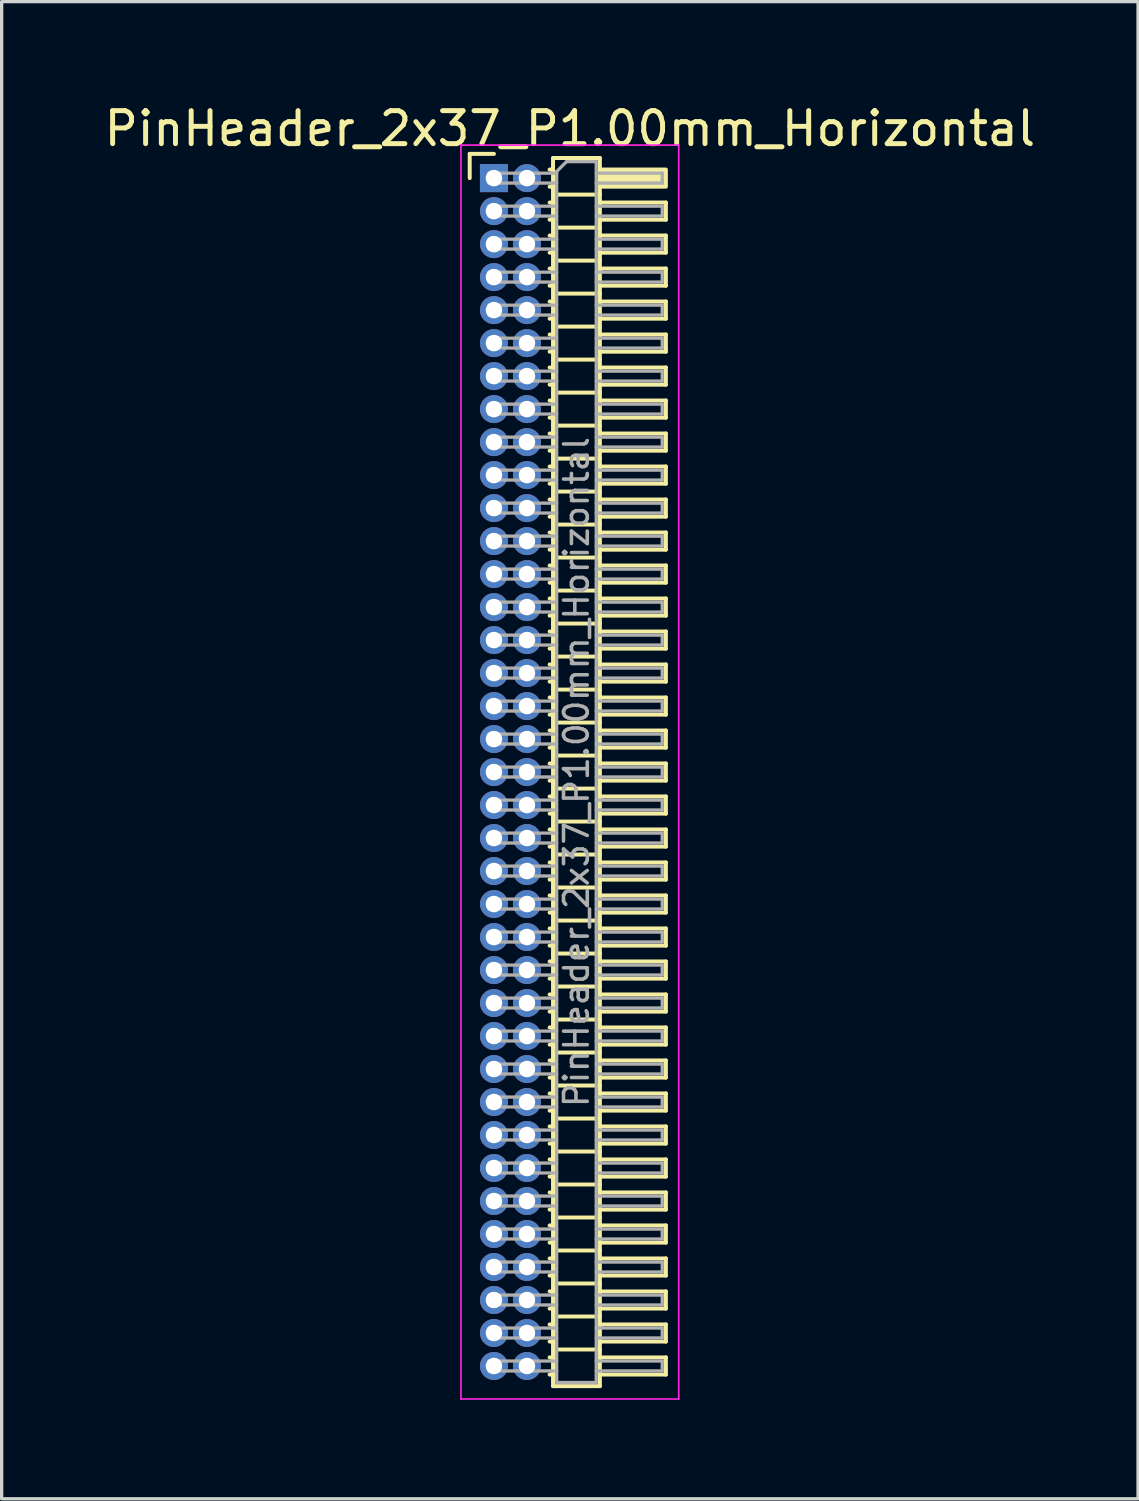
<source format=kicad_pcb>
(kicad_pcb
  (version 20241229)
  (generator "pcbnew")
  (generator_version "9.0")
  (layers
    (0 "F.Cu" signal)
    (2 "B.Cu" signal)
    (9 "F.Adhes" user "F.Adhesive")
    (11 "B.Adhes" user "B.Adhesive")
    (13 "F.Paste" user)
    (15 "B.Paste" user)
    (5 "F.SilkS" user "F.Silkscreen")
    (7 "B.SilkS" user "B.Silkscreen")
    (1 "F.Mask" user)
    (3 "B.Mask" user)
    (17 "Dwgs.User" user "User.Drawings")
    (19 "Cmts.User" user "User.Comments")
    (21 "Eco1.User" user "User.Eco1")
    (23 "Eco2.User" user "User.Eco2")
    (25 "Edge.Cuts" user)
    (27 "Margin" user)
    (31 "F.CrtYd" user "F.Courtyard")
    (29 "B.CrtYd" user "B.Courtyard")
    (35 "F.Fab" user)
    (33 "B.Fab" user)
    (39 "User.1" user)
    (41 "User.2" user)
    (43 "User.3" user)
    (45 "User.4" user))
  (footprint "PinHeader_2x37_P1.00mm_Horizontal"
    (layer "F.Cu")
    (at 11.92 2.348)
    (property "Reference" "PinHeader_2x37_P1.00mm_Horizontal" (at 2.3 -1.5 0) (layer "F.SilkS") (effects (font (size 1 1) (thickness 0.15))))
    (attr through_hole)
    (fp_line (start -0.735 -0.735) (end 0 -0.735) (stroke (width 0.12) (type solid)) (layer "F.SilkS"))
    (fp_line (start -0.735 0) (end -0.735 -0.735) (stroke (width 0.12) (type solid)) (layer "F.SilkS"))
    (fp_line (start 1.687 -0.26) (end 1.79 -0.26) (stroke (width 0.12) (type solid)) (layer "F.SilkS"))
    (fp_line (start 1.687 0.26) (end 1.79 0.26) (stroke (width 0.12) (type solid)) (layer "F.SilkS"))
    (fp_line (start 1.687 0.74) (end 1.79 0.74) (stroke (width 0.12) (type solid)) (layer "F.SilkS"))
    (fp_line (start 1.687 1.26) (end 1.79 1.26) (stroke (width 0.12) (type solid)) (layer "F.SilkS"))
    (fp_line (start 1.687 1.74) (end 1.79 1.74) (stroke (width 0.12) (type solid)) (layer "F.SilkS"))
    (fp_line (start 1.687 2.26) (end 1.79 2.26) (stroke (width 0.12) (type solid)) (layer "F.SilkS"))
    (fp_line (start 1.687 2.74) (end 1.79 2.74) (stroke (width 0.12) (type solid)) (layer "F.SilkS"))
    (fp_line (start 1.687 3.26) (end 1.79 3.26) (stroke (width 0.12) (type solid)) (layer "F.SilkS"))
    (fp_line (start 1.687 3.74) (end 1.79 3.74) (stroke (width 0.12) (type solid)) (layer "F.SilkS"))
    (fp_line (start 1.687 4.26) (end 1.79 4.26) (stroke (width 0.12) (type solid)) (layer "F.SilkS"))
    (fp_line (start 1.687 4.74) (end 1.79 4.74) (stroke (width 0.12) (type solid)) (layer "F.SilkS"))
    (fp_line (start 1.687 5.26) (end 1.79 5.26) (stroke (width 0.12) (type solid)) (layer "F.SilkS"))
    (fp_line (start 1.687 5.74) (end 1.79 5.74) (stroke (width 0.12) (type solid)) (layer "F.SilkS"))
    (fp_line (start 1.687 6.26) (end 1.79 6.26) (stroke (width 0.12) (type solid)) (layer "F.SilkS"))
    (fp_line (start 1.687 6.74) (end 1.79 6.74) (stroke (width 0.12) (type solid)) (layer "F.SilkS"))
    (fp_line (start 1.687 7.26) (end 1.79 7.26) (stroke (width 0.12) (type solid)) (layer "F.SilkS"))
    (fp_line (start 1.687 7.74) (end 1.79 7.74) (stroke (width 0.12) (type solid)) (layer "F.SilkS"))
    (fp_line (start 1.687 8.26) (end 1.79 8.26) (stroke (width 0.12) (type solid)) (layer "F.SilkS"))
    (fp_line (start 1.687 8.74) (end 1.79 8.74) (stroke (width 0.12) (type solid)) (layer "F.SilkS"))
    (fp_line (start 1.687 9.26) (end 1.79 9.26) (stroke (width 0.12) (type solid)) (layer "F.SilkS"))
    (fp_line (start 1.687 9.74) (end 1.79 9.74) (stroke (width 0.12) (type solid)) (layer "F.SilkS"))
    (fp_line (start 1.687 10.26) (end 1.79 10.26) (stroke (width 0.12) (type solid)) (layer "F.SilkS"))
    (fp_line (start 1.687 10.74) (end 1.79 10.74) (stroke (width 0.12) (type solid)) (layer "F.SilkS"))
    (fp_line (start 1.687 11.26) (end 1.79 11.26) (stroke (width 0.12) (type solid)) (layer "F.SilkS"))
    (fp_line (start 1.687 11.74) (end 1.79 11.74) (stroke (width 0.12) (type solid)) (layer "F.SilkS"))
    (fp_line (start 1.687 12.26) (end 1.79 12.26) (stroke (width 0.12) (type solid)) (layer "F.SilkS"))
    (fp_line (start 1.687 12.74) (end 1.79 12.74) (stroke (width 0.12) (type solid)) (layer "F.SilkS"))
    (fp_line (start 1.687 13.26) (end 1.79 13.26) (stroke (width 0.12) (type solid)) (layer "F.SilkS"))
    (fp_line (start 1.687 13.74) (end 1.79 13.74) (stroke (width 0.12) (type solid)) (layer "F.SilkS"))
    (fp_line (start 1.687 14.26) (end 1.79 14.26) (stroke (width 0.12) (type solid)) (layer "F.SilkS"))
    (fp_line (start 1.687 14.74) (end 1.79 14.74) (stroke (width 0.12) (type solid)) (layer "F.SilkS"))
    (fp_line (start 1.687 15.26) (end 1.79 15.26) (stroke (width 0.12) (type solid)) (layer "F.SilkS"))
    (fp_line (start 1.687 15.74) (end 1.79 15.74) (stroke (width 0.12) (type solid)) (layer "F.SilkS"))
    (fp_line (start 1.687 16.26) (end 1.79 16.26) (stroke (width 0.12) (type solid)) (layer "F.SilkS"))
    (fp_line (start 1.687 16.74) (end 1.79 16.74) (stroke (width 0.12) (type solid)) (layer "F.SilkS"))
    (fp_line (start 1.687 17.26) (end 1.79 17.26) (stroke (width 0.12) (type solid)) (layer "F.SilkS"))
    (fp_line (start 1.687 17.74) (end 1.79 17.74) (stroke (width 0.12) (type solid)) (layer "F.SilkS"))
    (fp_line (start 1.687 18.26) (end 1.79 18.26) (stroke (width 0.12) (type solid)) (layer "F.SilkS"))
    (fp_line (start 1.687 18.74) (end 1.79 18.74) (stroke (width 0.12) (type solid)) (layer "F.SilkS"))
    (fp_line (start 1.687 19.26) (end 1.79 19.26) (stroke (width 0.12) (type solid)) (layer "F.SilkS"))
    (fp_line (start 1.687 19.74) (end 1.79 19.74) (stroke (width 0.12) (type solid)) (layer "F.SilkS"))
    (fp_line (start 1.687 20.26) (end 1.79 20.26) (stroke (width 0.12) (type solid)) (layer "F.SilkS"))
    (fp_line (start 1.687 20.74) (end 1.79 20.74) (stroke (width 0.12) (type solid)) (layer "F.SilkS"))
    (fp_line (start 1.687 21.26) (end 1.79 21.26) (stroke (width 0.12) (type solid)) (layer "F.SilkS"))
    (fp_line (start 1.687 21.74) (end 1.79 21.74) (stroke (width 0.12) (type solid)) (layer "F.SilkS"))
    (fp_line (start 1.687 22.26) (end 1.79 22.26) (stroke (width 0.12) (type solid)) (layer "F.SilkS"))
    (fp_line (start 1.687 22.74) (end 1.79 22.74) (stroke (width 0.12) (type solid)) (layer "F.SilkS"))
    (fp_line (start 1.687 23.26) (end 1.79 23.26) (stroke (width 0.12) (type solid)) (layer "F.SilkS"))
    (fp_line (start 1.687 23.74) (end 1.79 23.74) (stroke (width 0.12) (type solid)) (layer "F.SilkS"))
    (fp_line (start 1.687 24.26) (end 1.79 24.26) (stroke (width 0.12) (type solid)) (layer "F.SilkS"))
    (fp_line (start 1.687 24.74) (end 1.79 24.74) (stroke (width 0.12) (type solid)) (layer "F.SilkS"))
    (fp_line (start 1.687 25.26) (end 1.79 25.26) (stroke (width 0.12) (type solid)) (layer "F.SilkS"))
    (fp_line (start 1.687 25.74) (end 1.79 25.74) (stroke (width 0.12) (type solid)) (layer "F.SilkS"))
    (fp_line (start 1.687 26.26) (end 1.79 26.26) (stroke (width 0.12) (type solid)) (layer "F.SilkS"))
    (fp_line (start 1.687 26.74) (end 1.79 26.74) (stroke (width 0.12) (type solid)) (layer "F.SilkS"))
    (fp_line (start 1.687 27.26) (end 1.79 27.26) (stroke (width 0.12) (type solid)) (layer "F.SilkS"))
    (fp_line (start 1.687 27.74) (end 1.79 27.74) (stroke (width 0.12) (type solid)) (layer "F.SilkS"))
    (fp_line (start 1.687 28.26) (end 1.79 28.26) (stroke (width 0.12) (type solid)) (layer "F.SilkS"))
    (fp_line (start 1.687 28.74) (end 1.79 28.74) (stroke (width 0.12) (type solid)) (layer "F.SilkS"))
    (fp_line (start 1.687 29.26) (end 1.79 29.26) (stroke (width 0.12) (type solid)) (layer "F.SilkS"))
    (fp_line (start 1.687 29.74) (end 1.79 29.74) (stroke (width 0.12) (type solid)) (layer "F.SilkS"))
    (fp_line (start 1.687 30.26) (end 1.79 30.26) (stroke (width 0.12) (type solid)) (layer "F.SilkS"))
    (fp_line (start 1.687 30.74) (end 1.79 30.74) (stroke (width 0.12) (type solid)) (layer "F.SilkS"))
    (fp_line (start 1.687 31.26) (end 1.79 31.26) (stroke (width 0.12) (type solid)) (layer "F.SilkS"))
    (fp_line (start 1.687 31.74) (end 1.79 31.74) (stroke (width 0.12) (type solid)) (layer "F.SilkS"))
    (fp_line (start 1.687 32.26) (end 1.79 32.26) (stroke (width 0.12) (type solid)) (layer "F.SilkS"))
    (fp_line (start 1.687 32.74) (end 1.79 32.74) (stroke (width 0.12) (type solid)) (layer "F.SilkS"))
    (fp_line (start 1.687 33.26) (end 1.79 33.26) (stroke (width 0.12) (type solid)) (layer "F.SilkS"))
    (fp_line (start 1.687 33.74) (end 1.79 33.74) (stroke (width 0.12) (type solid)) (layer "F.SilkS"))
    (fp_line (start 1.687 34.26) (end 1.79 34.26) (stroke (width 0.12) (type solid)) (layer "F.SilkS"))
    (fp_line (start 1.687 34.74) (end 1.79 34.74) (stroke (width 0.12) (type solid)) (layer "F.SilkS"))
    (fp_line (start 1.687 35.26) (end 1.79 35.26) (stroke (width 0.12) (type solid)) (layer "F.SilkS"))
    (fp_line (start 1.687 35.74) (end 1.79 35.74) (stroke (width 0.12) (type solid)) (layer "F.SilkS"))
    (fp_line (start 1.687 36.26) (end 1.79 36.26) (stroke (width 0.12) (type solid)) (layer "F.SilkS"))
    (fp_line (start 1.79 -0.61) (end 1.79 36.61) (stroke (width 0.12) (type solid)) (layer "F.SilkS"))
    (fp_line (start 1.79 0.5) (end 3.21 0.5) (stroke (width 0.12) (type solid)) (layer "F.SilkS"))
    (fp_line (start 1.79 1.5) (end 3.21 1.5) (stroke (width 0.12) (type solid)) (layer "F.SilkS"))
    (fp_line (start 1.79 2.5) (end 3.21 2.5) (stroke (width 0.12) (type solid)) (layer "F.SilkS"))
    (fp_line (start 1.79 3.5) (end 3.21 3.5) (stroke (width 0.12) (type solid)) (layer "F.SilkS"))
    (fp_line (start 1.79 4.5) (end 3.21 4.5) (stroke (width 0.12) (type solid)) (layer "F.SilkS"))
    (fp_line (start 1.79 5.5) (end 3.21 5.5) (stroke (width 0.12) (type solid)) (layer "F.SilkS"))
    (fp_line (start 1.79 6.5) (end 3.21 6.5) (stroke (width 0.12) (type solid)) (layer "F.SilkS"))
    (fp_line (start 1.79 7.5) (end 3.21 7.5) (stroke (width 0.12) (type solid)) (layer "F.SilkS"))
    (fp_line (start 1.79 8.5) (end 3.21 8.5) (stroke (width 0.12) (type solid)) (layer "F.SilkS"))
    (fp_line (start 1.79 9.5) (end 3.21 9.5) (stroke (width 0.12) (type solid)) (layer "F.SilkS"))
    (fp_line (start 1.79 10.5) (end 3.21 10.5) (stroke (width 0.12) (type solid)) (layer "F.SilkS"))
    (fp_line (start 1.79 11.5) (end 3.21 11.5) (stroke (width 0.12) (type solid)) (layer "F.SilkS"))
    (fp_line (start 1.79 12.5) (end 3.21 12.5) (stroke (width 0.12) (type solid)) (layer "F.SilkS"))
    (fp_line (start 1.79 13.5) (end 3.21 13.5) (stroke (width 0.12) (type solid)) (layer "F.SilkS"))
    (fp_line (start 1.79 14.5) (end 3.21 14.5) (stroke (width 0.12) (type solid)) (layer "F.SilkS"))
    (fp_line (start 1.79 15.5) (end 3.21 15.5) (stroke (width 0.12) (type solid)) (layer "F.SilkS"))
    (fp_line (start 1.79 16.5) (end 3.21 16.5) (stroke (width 0.12) (type solid)) (layer "F.SilkS"))
    (fp_line (start 1.79 17.5) (end 3.21 17.5) (stroke (width 0.12) (type solid)) (layer "F.SilkS"))
    (fp_line (start 1.79 18.5) (end 3.21 18.5) (stroke (width 0.12) (type solid)) (layer "F.SilkS"))
    (fp_line (start 1.79 19.5) (end 3.21 19.5) (stroke (width 0.12) (type solid)) (layer "F.SilkS"))
    (fp_line (start 1.79 20.5) (end 3.21 20.5) (stroke (width 0.12) (type solid)) (layer "F.SilkS"))
    (fp_line (start 1.79 21.5) (end 3.21 21.5) (stroke (width 0.12) (type solid)) (layer "F.SilkS"))
    (fp_line (start 1.79 22.5) (end 3.21 22.5) (stroke (width 0.12) (type solid)) (layer "F.SilkS"))
    (fp_line (start 1.79 23.5) (end 3.21 23.5) (stroke (width 0.12) (type solid)) (layer "F.SilkS"))
    (fp_line (start 1.79 24.5) (end 3.21 24.5) (stroke (width 0.12) (type solid)) (layer "F.SilkS"))
    (fp_line (start 1.79 25.5) (end 3.21 25.5) (stroke (width 0.12) (type solid)) (layer "F.SilkS"))
    (fp_line (start 1.79 26.5) (end 3.21 26.5) (stroke (width 0.12) (type solid)) (layer "F.SilkS"))
    (fp_line (start 1.79 27.5) (end 3.21 27.5) (stroke (width 0.12) (type solid)) (layer "F.SilkS"))
    (fp_line (start 1.79 28.5) (end 3.21 28.5) (stroke (width 0.12) (type solid)) (layer "F.SilkS"))
    (fp_line (start 1.79 29.5) (end 3.21 29.5) (stroke (width 0.12) (type solid)) (layer "F.SilkS"))
    (fp_line (start 1.79 30.5) (end 3.21 30.5) (stroke (width 0.12) (type solid)) (layer "F.SilkS"))
    (fp_line (start 1.79 31.5) (end 3.21 31.5) (stroke (width 0.12) (type solid)) (layer "F.SilkS"))
    (fp_line (start 1.79 32.5) (end 3.21 32.5) (stroke (width 0.12) (type solid)) (layer "F.SilkS"))
    (fp_line (start 1.79 33.5) (end 3.21 33.5) (stroke (width 0.12) (type solid)) (layer "F.SilkS"))
    (fp_line (start 1.79 34.5) (end 3.21 34.5) (stroke (width 0.12) (type solid)) (layer "F.SilkS"))
    (fp_line (start 1.79 35.5) (end 3.21 35.5) (stroke (width 0.12) (type solid)) (layer "F.SilkS"))
    (fp_line (start 1.79 36.61) (end 3.21 36.61) (stroke (width 0.12) (type solid)) (layer "F.SilkS"))
    (fp_line (start 3.21 -0.61) (end 1.79 -0.61) (stroke (width 0.12) (type solid)) (layer "F.SilkS"))
    (fp_line (start 3.21 0.74) (end 5.21 0.74) (stroke (width 0.12) (type solid)) (layer "F.SilkS"))
    (fp_line (start 3.21 1.74) (end 5.21 1.74) (stroke (width 0.12) (type solid)) (layer "F.SilkS"))
    (fp_line (start 3.21 2.74) (end 5.21 2.74) (stroke (width 0.12) (type solid)) (layer "F.SilkS"))
    (fp_line (start 3.21 3.74) (end 5.21 3.74) (stroke (width 0.12) (type solid)) (layer "F.SilkS"))
    (fp_line (start 3.21 4.74) (end 5.21 4.74) (stroke (width 0.12) (type solid)) (layer "F.SilkS"))
    (fp_line (start 3.21 5.74) (end 5.21 5.74) (stroke (width 0.12) (type solid)) (layer "F.SilkS"))
    (fp_line (start 3.21 6.74) (end 5.21 6.74) (stroke (width 0.12) (type solid)) (layer "F.SilkS"))
    (fp_line (start 3.21 7.74) (end 5.21 7.74) (stroke (width 0.12) (type solid)) (layer "F.SilkS"))
    (fp_line (start 3.21 8.74) (end 5.21 8.74) (stroke (width 0.12) (type solid)) (layer "F.SilkS"))
    (fp_line (start 3.21 9.74) (end 5.21 9.74) (stroke (width 0.12) (type solid)) (layer "F.SilkS"))
    (fp_line (start 3.21 10.74) (end 5.21 10.74) (stroke (width 0.12) (type solid)) (layer "F.SilkS"))
    (fp_line (start 3.21 11.74) (end 5.21 11.74) (stroke (width 0.12) (type solid)) (layer "F.SilkS"))
    (fp_line (start 3.21 12.74) (end 5.21 12.74) (stroke (width 0.12) (type solid)) (layer "F.SilkS"))
    (fp_line (start 3.21 13.74) (end 5.21 13.74) (stroke (width 0.12) (type solid)) (layer "F.SilkS"))
    (fp_line (start 3.21 14.74) (end 5.21 14.74) (stroke (width 0.12) (type solid)) (layer "F.SilkS"))
    (fp_line (start 3.21 15.74) (end 5.21 15.74) (stroke (width 0.12) (type solid)) (layer "F.SilkS"))
    (fp_line (start 3.21 16.74) (end 5.21 16.74) (stroke (width 0.12) (type solid)) (layer "F.SilkS"))
    (fp_line (start 3.21 17.74) (end 5.21 17.74) (stroke (width 0.12) (type solid)) (layer "F.SilkS"))
    (fp_line (start 3.21 18.74) (end 5.21 18.74) (stroke (width 0.12) (type solid)) (layer "F.SilkS"))
    (fp_line (start 3.21 19.74) (end 5.21 19.74) (stroke (width 0.12) (type solid)) (layer "F.SilkS"))
    (fp_line (start 3.21 20.74) (end 5.21 20.74) (stroke (width 0.12) (type solid)) (layer "F.SilkS"))
    (fp_line (start 3.21 21.74) (end 5.21 21.74) (stroke (width 0.12) (type solid)) (layer "F.SilkS"))
    (fp_line (start 3.21 22.74) (end 5.21 22.74) (stroke (width 0.12) (type solid)) (layer "F.SilkS"))
    (fp_line (start 3.21 23.74) (end 5.21 23.74) (stroke (width 0.12) (type solid)) (layer "F.SilkS"))
    (fp_line (start 3.21 24.74) (end 5.21 24.74) (stroke (width 0.12) (type solid)) (layer "F.SilkS"))
    (fp_line (start 3.21 25.74) (end 5.21 25.74) (stroke (width 0.12) (type solid)) (layer "F.SilkS"))
    (fp_line (start 3.21 26.74) (end 5.21 26.74) (stroke (width 0.12) (type solid)) (layer "F.SilkS"))
    (fp_line (start 3.21 27.74) (end 5.21 27.74) (stroke (width 0.12) (type solid)) (layer "F.SilkS"))
    (fp_line (start 3.21 28.74) (end 5.21 28.74) (stroke (width 0.12) (type solid)) (layer "F.SilkS"))
    (fp_line (start 3.21 29.74) (end 5.21 29.74) (stroke (width 0.12) (type solid)) (layer "F.SilkS"))
    (fp_line (start 3.21 30.74) (end 5.21 30.74) (stroke (width 0.12) (type solid)) (layer "F.SilkS"))
    (fp_line (start 3.21 31.74) (end 5.21 31.74) (stroke (width 0.12) (type solid)) (layer "F.SilkS"))
    (fp_line (start 3.21 32.74) (end 5.21 32.74) (stroke (width 0.12) (type solid)) (layer "F.SilkS"))
    (fp_line (start 3.21 33.74) (end 5.21 33.74) (stroke (width 0.12) (type solid)) (layer "F.SilkS"))
    (fp_line (start 3.21 34.74) (end 5.21 34.74) (stroke (width 0.12) (type solid)) (layer "F.SilkS"))
    (fp_line (start 3.21 35.74) (end 5.21 35.74) (stroke (width 0.12) (type solid)) (layer "F.SilkS"))
    (fp_line (start 3.21 36.61) (end 3.21 -0.61) (stroke (width 0.12) (type solid)) (layer "F.SilkS"))
    (fp_line (start 5.21 0.74) (end 5.21 1.26) (stroke (width 0.12) (type solid)) (layer "F.SilkS"))
    (fp_line (start 5.21 1.26) (end 3.21 1.26) (stroke (width 0.12) (type solid)) (layer "F.SilkS"))
    (fp_line (start 5.21 1.74) (end 5.21 2.26) (stroke (width 0.12) (type solid)) (layer "F.SilkS"))
    (fp_line (start 5.21 2.26) (end 3.21 2.26) (stroke (width 0.12) (type solid)) (layer "F.SilkS"))
    (fp_line (start 5.21 2.74) (end 5.21 3.26) (stroke (width 0.12) (type solid)) (layer "F.SilkS"))
    (fp_line (start 5.21 3.26) (end 3.21 3.26) (stroke (width 0.12) (type solid)) (layer "F.SilkS"))
    (fp_line (start 5.21 3.74) (end 5.21 4.26) (stroke (width 0.12) (type solid)) (layer "F.SilkS"))
    (fp_line (start 5.21 4.26) (end 3.21 4.26) (stroke (width 0.12) (type solid)) (layer "F.SilkS"))
    (fp_line (start 5.21 4.74) (end 5.21 5.26) (stroke (width 0.12) (type solid)) (layer "F.SilkS"))
    (fp_line (start 5.21 5.26) (end 3.21 5.26) (stroke (width 0.12) (type solid)) (layer "F.SilkS"))
    (fp_line (start 5.21 5.74) (end 5.21 6.26) (stroke (width 0.12) (type solid)) (layer "F.SilkS"))
    (fp_line (start 5.21 6.26) (end 3.21 6.26) (stroke (width 0.12) (type solid)) (layer "F.SilkS"))
    (fp_line (start 5.21 6.74) (end 5.21 7.26) (stroke (width 0.12) (type solid)) (layer "F.SilkS"))
    (fp_line (start 5.21 7.26) (end 3.21 7.26) (stroke (width 0.12) (type solid)) (layer "F.SilkS"))
    (fp_line (start 5.21 7.74) (end 5.21 8.26) (stroke (width 0.12) (type solid)) (layer "F.SilkS"))
    (fp_line (start 5.21 8.26) (end 3.21 8.26) (stroke (width 0.12) (type solid)) (layer "F.SilkS"))
    (fp_line (start 5.21 8.74) (end 5.21 9.26) (stroke (width 0.12) (type solid)) (layer "F.SilkS"))
    (fp_line (start 5.21 9.26) (end 3.21 9.26) (stroke (width 0.12) (type solid)) (layer "F.SilkS"))
    (fp_line (start 5.21 9.74) (end 5.21 10.26) (stroke (width 0.12) (type solid)) (layer "F.SilkS"))
    (fp_line (start 5.21 10.26) (end 3.21 10.26) (stroke (width 0.12) (type solid)) (layer "F.SilkS"))
    (fp_line (start 5.21 10.74) (end 5.21 11.26) (stroke (width 0.12) (type solid)) (layer "F.SilkS"))
    (fp_line (start 5.21 11.26) (end 3.21 11.26) (stroke (width 0.12) (type solid)) (layer "F.SilkS"))
    (fp_line (start 5.21 11.74) (end 5.21 12.26) (stroke (width 0.12) (type solid)) (layer "F.SilkS"))
    (fp_line (start 5.21 12.26) (end 3.21 12.26) (stroke (width 0.12) (type solid)) (layer "F.SilkS"))
    (fp_line (start 5.21 12.74) (end 5.21 13.26) (stroke (width 0.12) (type solid)) (layer "F.SilkS"))
    (fp_line (start 5.21 13.26) (end 3.21 13.26) (stroke (width 0.12) (type solid)) (layer "F.SilkS"))
    (fp_line (start 5.21 13.74) (end 5.21 14.26) (stroke (width 0.12) (type solid)) (layer "F.SilkS"))
    (fp_line (start 5.21 14.26) (end 3.21 14.26) (stroke (width 0.12) (type solid)) (layer "F.SilkS"))
    (fp_line (start 5.21 14.74) (end 5.21 15.26) (stroke (width 0.12) (type solid)) (layer "F.SilkS"))
    (fp_line (start 5.21 15.26) (end 3.21 15.26) (stroke (width 0.12) (type solid)) (layer "F.SilkS"))
    (fp_line (start 5.21 15.74) (end 5.21 16.26) (stroke (width 0.12) (type solid)) (layer "F.SilkS"))
    (fp_line (start 5.21 16.26) (end 3.21 16.26) (stroke (width 0.12) (type solid)) (layer "F.SilkS"))
    (fp_line (start 5.21 16.74) (end 5.21 17.26) (stroke (width 0.12) (type solid)) (layer "F.SilkS"))
    (fp_line (start 5.21 17.26) (end 3.21 17.26) (stroke (width 0.12) (type solid)) (layer "F.SilkS"))
    (fp_line (start 5.21 17.74) (end 5.21 18.26) (stroke (width 0.12) (type solid)) (layer "F.SilkS"))
    (fp_line (start 5.21 18.26) (end 3.21 18.26) (stroke (width 0.12) (type solid)) (layer "F.SilkS"))
    (fp_line (start 5.21 18.74) (end 5.21 19.26) (stroke (width 0.12) (type solid)) (layer "F.SilkS"))
    (fp_line (start 5.21 19.26) (end 3.21 19.26) (stroke (width 0.12) (type solid)) (layer "F.SilkS"))
    (fp_line (start 5.21 19.74) (end 5.21 20.26) (stroke (width 0.12) (type solid)) (layer "F.SilkS"))
    (fp_line (start 5.21 20.26) (end 3.21 20.26) (stroke (width 0.12) (type solid)) (layer "F.SilkS"))
    (fp_line (start 5.21 20.74) (end 5.21 21.26) (stroke (width 0.12) (type solid)) (layer "F.SilkS"))
    (fp_line (start 5.21 21.26) (end 3.21 21.26) (stroke (width 0.12) (type solid)) (layer "F.SilkS"))
    (fp_line (start 5.21 21.74) (end 5.21 22.26) (stroke (width 0.12) (type solid)) (layer "F.SilkS"))
    (fp_line (start 5.21 22.26) (end 3.21 22.26) (stroke (width 0.12) (type solid)) (layer "F.SilkS"))
    (fp_line (start 5.21 22.74) (end 5.21 23.26) (stroke (width 0.12) (type solid)) (layer "F.SilkS"))
    (fp_line (start 5.21 23.26) (end 3.21 23.26) (stroke (width 0.12) (type solid)) (layer "F.SilkS"))
    (fp_line (start 5.21 23.74) (end 5.21 24.26) (stroke (width 0.12) (type solid)) (layer "F.SilkS"))
    (fp_line (start 5.21 24.26) (end 3.21 24.26) (stroke (width 0.12) (type solid)) (layer "F.SilkS"))
    (fp_line (start 5.21 24.74) (end 5.21 25.26) (stroke (width 0.12) (type solid)) (layer "F.SilkS"))
    (fp_line (start 5.21 25.26) (end 3.21 25.26) (stroke (width 0.12) (type solid)) (layer "F.SilkS"))
    (fp_line (start 5.21 25.74) (end 5.21 26.26) (stroke (width 0.12) (type solid)) (layer "F.SilkS"))
    (fp_line (start 5.21 26.26) (end 3.21 26.26) (stroke (width 0.12) (type solid)) (layer "F.SilkS"))
    (fp_line (start 5.21 26.74) (end 5.21 27.26) (stroke (width 0.12) (type solid)) (layer "F.SilkS"))
    (fp_line (start 5.21 27.26) (end 3.21 27.26) (stroke (width 0.12) (type solid)) (layer "F.SilkS"))
    (fp_line (start 5.21 27.74) (end 5.21 28.26) (stroke (width 0.12) (type solid)) (layer "F.SilkS"))
    (fp_line (start 5.21 28.26) (end 3.21 28.26) (stroke (width 0.12) (type solid)) (layer "F.SilkS"))
    (fp_line (start 5.21 28.74) (end 5.21 29.26) (stroke (width 0.12) (type solid)) (layer "F.SilkS"))
    (fp_line (start 5.21 29.26) (end 3.21 29.26) (stroke (width 0.12) (type solid)) (layer "F.SilkS"))
    (fp_line (start 5.21 29.74) (end 5.21 30.26) (stroke (width 0.12) (type solid)) (layer "F.SilkS"))
    (fp_line (start 5.21 30.26) (end 3.21 30.26) (stroke (width 0.12) (type solid)) (layer "F.SilkS"))
    (fp_line (start 5.21 30.74) (end 5.21 31.26) (stroke (width 0.12) (type solid)) (layer "F.SilkS"))
    (fp_line (start 5.21 31.26) (end 3.21 31.26) (stroke (width 0.12) (type solid)) (layer "F.SilkS"))
    (fp_line (start 5.21 31.74) (end 5.21 32.26) (stroke (width 0.12) (type solid)) (layer "F.SilkS"))
    (fp_line (start 5.21 32.26) (end 3.21 32.26) (stroke (width 0.12) (type solid)) (layer "F.SilkS"))
    (fp_line (start 5.21 32.74) (end 5.21 33.26) (stroke (width 0.12) (type solid)) (layer "F.SilkS"))
    (fp_line (start 5.21 33.26) (end 3.21 33.26) (stroke (width 0.12) (type solid)) (layer "F.SilkS"))
    (fp_line (start 5.21 33.74) (end 5.21 34.26) (stroke (width 0.12) (type solid)) (layer "F.SilkS"))
    (fp_line (start 5.21 34.26) (end 3.21 34.26) (stroke (width 0.12) (type solid)) (layer "F.SilkS"))
    (fp_line (start 5.21 34.74) (end 5.21 35.26) (stroke (width 0.12) (type solid)) (layer "F.SilkS"))
    (fp_line (start 5.21 35.26) (end 3.21 35.26) (stroke (width 0.12) (type solid)) (layer "F.SilkS"))
    (fp_line (start 5.21 35.74) (end 5.21 36.26) (stroke (width 0.12) (type solid)) (layer "F.SilkS"))
    (fp_line (start 5.21 36.26) (end 3.21 36.26) (stroke (width 0.12) (type solid)) (layer "F.SilkS"))
    (fp_rect (start 3.21 -0.26) (end 5.21 0.26) (stroke (width 0.12) (type solid)) (fill yes) (layer "F.SilkS"))
    (fp_line (start -1 -1) (end -1 37) (stroke (width 0.05) (type solid)) (layer "F.CrtYd"))
    (fp_line (start -1 37) (end 5.6 37) (stroke (width 0.05) (type solid)) (layer "F.CrtYd"))
    (fp_line (start 5.6 -1) (end -1 -1) (stroke (width 0.05) (type solid)) (layer "F.CrtYd"))
    (fp_line (start 5.6 37) (end 5.6 -1) (stroke (width 0.05) (type solid)) (layer "F.CrtYd"))
    (fp_line (start -0.15 -0.15) (end -0.15 0.15) (stroke (width 0.1) (type solid)) (layer "F.Fab"))
    (fp_line (start -0.15 -0.15) (end 1.9 -0.15) (stroke (width 0.1) (type solid)) (layer "F.Fab"))
    (fp_line (start -0.15 0.15) (end 1.9 0.15) (stroke (width 0.1) (type solid)) (layer "F.Fab"))
    (fp_line (start -0.15 0.85) (end -0.15 1.15) (stroke (width 0.1) (type solid)) (layer "F.Fab"))
    (fp_line (start -0.15 0.85) (end 1.9 0.85) (stroke (width 0.1) (type solid)) (layer "F.Fab"))
    (fp_line (start -0.15 1.15) (end 1.9 1.15) (stroke (width 0.1) (type solid)) (layer "F.Fab"))
    (fp_line (start -0.15 1.85) (end -0.15 2.15) (stroke (width 0.1) (type solid)) (layer "F.Fab"))
    (fp_line (start -0.15 1.85) (end 1.9 1.85) (stroke (width 0.1) (type solid)) (layer "F.Fab"))
    (fp_line (start -0.15 2.15) (end 1.9 2.15) (stroke (width 0.1) (type solid)) (layer "F.Fab"))
    (fp_line (start -0.15 2.85) (end -0.15 3.15) (stroke (width 0.1) (type solid)) (layer "F.Fab"))
    (fp_line (start -0.15 2.85) (end 1.9 2.85) (stroke (width 0.1) (type solid)) (layer "F.Fab"))
    (fp_line (start -0.15 3.15) (end 1.9 3.15) (stroke (width 0.1) (type solid)) (layer "F.Fab"))
    (fp_line (start -0.15 3.85) (end -0.15 4.15) (stroke (width 0.1) (type solid)) (layer "F.Fab"))
    (fp_line (start -0.15 3.85) (end 1.9 3.85) (stroke (width 0.1) (type solid)) (layer "F.Fab"))
    (fp_line (start -0.15 4.15) (end 1.9 4.15) (stroke (width 0.1) (type solid)) (layer "F.Fab"))
    (fp_line (start -0.15 4.85) (end -0.15 5.15) (stroke (width 0.1) (type solid)) (layer "F.Fab"))
    (fp_line (start -0.15 4.85) (end 1.9 4.85) (stroke (width 0.1) (type solid)) (layer "F.Fab"))
    (fp_line (start -0.15 5.15) (end 1.9 5.15) (stroke (width 0.1) (type solid)) (layer "F.Fab"))
    (fp_line (start -0.15 5.85) (end -0.15 6.15) (stroke (width 0.1) (type solid)) (layer "F.Fab"))
    (fp_line (start -0.15 5.85) (end 1.9 5.85) (stroke (width 0.1) (type solid)) (layer "F.Fab"))
    (fp_line (start -0.15 6.15) (end 1.9 6.15) (stroke (width 0.1) (type solid)) (layer "F.Fab"))
    (fp_line (start -0.15 6.85) (end -0.15 7.15) (stroke (width 0.1) (type solid)) (layer "F.Fab"))
    (fp_line (start -0.15 6.85) (end 1.9 6.85) (stroke (width 0.1) (type solid)) (layer "F.Fab"))
    (fp_line (start -0.15 7.15) (end 1.9 7.15) (stroke (width 0.1) (type solid)) (layer "F.Fab"))
    (fp_line (start -0.15 7.85) (end -0.15 8.15) (stroke (width 0.1) (type solid)) (layer "F.Fab"))
    (fp_line (start -0.15 7.85) (end 1.9 7.85) (stroke (width 0.1) (type solid)) (layer "F.Fab"))
    (fp_line (start -0.15 8.15) (end 1.9 8.15) (stroke (width 0.1) (type solid)) (layer "F.Fab"))
    (fp_line (start -0.15 8.85) (end -0.15 9.15) (stroke (width 0.1) (type solid)) (layer "F.Fab"))
    (fp_line (start -0.15 8.85) (end 1.9 8.85) (stroke (width 0.1) (type solid)) (layer "F.Fab"))
    (fp_line (start -0.15 9.15) (end 1.9 9.15) (stroke (width 0.1) (type solid)) (layer "F.Fab"))
    (fp_line (start -0.15 9.85) (end -0.15 10.15) (stroke (width 0.1) (type solid)) (layer "F.Fab"))
    (fp_line (start -0.15 9.85) (end 1.9 9.85) (stroke (width 0.1) (type solid)) (layer "F.Fab"))
    (fp_line (start -0.15 10.15) (end 1.9 10.15) (stroke (width 0.1) (type solid)) (layer "F.Fab"))
    (fp_line (start -0.15 10.85) (end -0.15 11.15) (stroke (width 0.1) (type solid)) (layer "F.Fab"))
    (fp_line (start -0.15 10.85) (end 1.9 10.85) (stroke (width 0.1) (type solid)) (layer "F.Fab"))
    (fp_line (start -0.15 11.15) (end 1.9 11.15) (stroke (width 0.1) (type solid)) (layer "F.Fab"))
    (fp_line (start -0.15 11.85) (end -0.15 12.15) (stroke (width 0.1) (type solid)) (layer "F.Fab"))
    (fp_line (start -0.15 11.85) (end 1.9 11.85) (stroke (width 0.1) (type solid)) (layer "F.Fab"))
    (fp_line (start -0.15 12.15) (end 1.9 12.15) (stroke (width 0.1) (type solid)) (layer "F.Fab"))
    (fp_line (start -0.15 12.85) (end -0.15 13.15) (stroke (width 0.1) (type solid)) (layer "F.Fab"))
    (fp_line (start -0.15 12.85) (end 1.9 12.85) (stroke (width 0.1) (type solid)) (layer "F.Fab"))
    (fp_line (start -0.15 13.15) (end 1.9 13.15) (stroke (width 0.1) (type solid)) (layer "F.Fab"))
    (fp_line (start -0.15 13.85) (end -0.15 14.15) (stroke (width 0.1) (type solid)) (layer "F.Fab"))
    (fp_line (start -0.15 13.85) (end 1.9 13.85) (stroke (width 0.1) (type solid)) (layer "F.Fab"))
    (fp_line (start -0.15 14.15) (end 1.9 14.15) (stroke (width 0.1) (type solid)) (layer "F.Fab"))
    (fp_line (start -0.15 14.85) (end -0.15 15.15) (stroke (width 0.1) (type solid)) (layer "F.Fab"))
    (fp_line (start -0.15 14.85) (end 1.9 14.85) (stroke (width 0.1) (type solid)) (layer "F.Fab"))
    (fp_line (start -0.15 15.15) (end 1.9 15.15) (stroke (width 0.1) (type solid)) (layer "F.Fab"))
    (fp_line (start -0.15 15.85) (end -0.15 16.15) (stroke (width 0.1) (type solid)) (layer "F.Fab"))
    (fp_line (start -0.15 15.85) (end 1.9 15.85) (stroke (width 0.1) (type solid)) (layer "F.Fab"))
    (fp_line (start -0.15 16.15) (end 1.9 16.15) (stroke (width 0.1) (type solid)) (layer "F.Fab"))
    (fp_line (start -0.15 16.85) (end -0.15 17.15) (stroke (width 0.1) (type solid)) (layer "F.Fab"))
    (fp_line (start -0.15 16.85) (end 1.9 16.85) (stroke (width 0.1) (type solid)) (layer "F.Fab"))
    (fp_line (start -0.15 17.15) (end 1.9 17.15) (stroke (width 0.1) (type solid)) (layer "F.Fab"))
    (fp_line (start -0.15 17.85) (end -0.15 18.15) (stroke (width 0.1) (type solid)) (layer "F.Fab"))
    (fp_line (start -0.15 17.85) (end 1.9 17.85) (stroke (width 0.1) (type solid)) (layer "F.Fab"))
    (fp_line (start -0.15 18.15) (end 1.9 18.15) (stroke (width 0.1) (type solid)) (layer "F.Fab"))
    (fp_line (start -0.15 18.85) (end -0.15 19.15) (stroke (width 0.1) (type solid)) (layer "F.Fab"))
    (fp_line (start -0.15 18.85) (end 1.9 18.85) (stroke (width 0.1) (type solid)) (layer "F.Fab"))
    (fp_line (start -0.15 19.15) (end 1.9 19.15) (stroke (width 0.1) (type solid)) (layer "F.Fab"))
    (fp_line (start -0.15 19.85) (end -0.15 20.15) (stroke (width 0.1) (type solid)) (layer "F.Fab"))
    (fp_line (start -0.15 19.85) (end 1.9 19.85) (stroke (width 0.1) (type solid)) (layer "F.Fab"))
    (fp_line (start -0.15 20.15) (end 1.9 20.15) (stroke (width 0.1) (type solid)) (layer "F.Fab"))
    (fp_line (start -0.15 20.85) (end -0.15 21.15) (stroke (width 0.1) (type solid)) (layer "F.Fab"))
    (fp_line (start -0.15 20.85) (end 1.9 20.85) (stroke (width 0.1) (type solid)) (layer "F.Fab"))
    (fp_line (start -0.15 21.15) (end 1.9 21.15) (stroke (width 0.1) (type solid)) (layer "F.Fab"))
    (fp_line (start -0.15 21.85) (end -0.15 22.15) (stroke (width 0.1) (type solid)) (layer "F.Fab"))
    (fp_line (start -0.15 21.85) (end 1.9 21.85) (stroke (width 0.1) (type solid)) (layer "F.Fab"))
    (fp_line (start -0.15 22.15) (end 1.9 22.15) (stroke (width 0.1) (type solid)) (layer "F.Fab"))
    (fp_line (start -0.15 22.85) (end -0.15 23.15) (stroke (width 0.1) (type solid)) (layer "F.Fab"))
    (fp_line (start -0.15 22.85) (end 1.9 22.85) (stroke (width 0.1) (type solid)) (layer "F.Fab"))
    (fp_line (start -0.15 23.15) (end 1.9 23.15) (stroke (width 0.1) (type solid)) (layer "F.Fab"))
    (fp_line (start -0.15 23.85) (end -0.15 24.15) (stroke (width 0.1) (type solid)) (layer "F.Fab"))
    (fp_line (start -0.15 23.85) (end 1.9 23.85) (stroke (width 0.1) (type solid)) (layer "F.Fab"))
    (fp_line (start -0.15 24.15) (end 1.9 24.15) (stroke (width 0.1) (type solid)) (layer "F.Fab"))
    (fp_line (start -0.15 24.85) (end -0.15 25.15) (stroke (width 0.1) (type solid)) (layer "F.Fab"))
    (fp_line (start -0.15 24.85) (end 1.9 24.85) (stroke (width 0.1) (type solid)) (layer "F.Fab"))
    (fp_line (start -0.15 25.15) (end 1.9 25.15) (stroke (width 0.1) (type solid)) (layer "F.Fab"))
    (fp_line (start -0.15 25.85) (end -0.15 26.15) (stroke (width 0.1) (type solid)) (layer "F.Fab"))
    (fp_line (start -0.15 25.85) (end 1.9 25.85) (stroke (width 0.1) (type solid)) (layer "F.Fab"))
    (fp_line (start -0.15 26.15) (end 1.9 26.15) (stroke (width 0.1) (type solid)) (layer "F.Fab"))
    (fp_line (start -0.15 26.85) (end -0.15 27.15) (stroke (width 0.1) (type solid)) (layer "F.Fab"))
    (fp_line (start -0.15 26.85) (end 1.9 26.85) (stroke (width 0.1) (type solid)) (layer "F.Fab"))
    (fp_line (start -0.15 27.15) (end 1.9 27.15) (stroke (width 0.1) (type solid)) (layer "F.Fab"))
    (fp_line (start -0.15 27.85) (end -0.15 28.15) (stroke (width 0.1) (type solid)) (layer "F.Fab"))
    (fp_line (start -0.15 27.85) (end 1.9 27.85) (stroke (width 0.1) (type solid)) (layer "F.Fab"))
    (fp_line (start -0.15 28.15) (end 1.9 28.15) (stroke (width 0.1) (type solid)) (layer "F.Fab"))
    (fp_line (start -0.15 28.85) (end -0.15 29.15) (stroke (width 0.1) (type solid)) (layer "F.Fab"))
    (fp_line (start -0.15 28.85) (end 1.9 28.85) (stroke (width 0.1) (type solid)) (layer "F.Fab"))
    (fp_line (start -0.15 29.15) (end 1.9 29.15) (stroke (width 0.1) (type solid)) (layer "F.Fab"))
    (fp_line (start -0.15 29.85) (end -0.15 30.15) (stroke (width 0.1) (type solid)) (layer "F.Fab"))
    (fp_line (start -0.15 29.85) (end 1.9 29.85) (stroke (width 0.1) (type solid)) (layer "F.Fab"))
    (fp_line (start -0.15 30.15) (end 1.9 30.15) (stroke (width 0.1) (type solid)) (layer "F.Fab"))
    (fp_line (start -0.15 30.85) (end -0.15 31.15) (stroke (width 0.1) (type solid)) (layer "F.Fab"))
    (fp_line (start -0.15 30.85) (end 1.9 30.85) (stroke (width 0.1) (type solid)) (layer "F.Fab"))
    (fp_line (start -0.15 31.15) (end 1.9 31.15) (stroke (width 0.1) (type solid)) (layer "F.Fab"))
    (fp_line (start -0.15 31.85) (end -0.15 32.15) (stroke (width 0.1) (type solid)) (layer "F.Fab"))
    (fp_line (start -0.15 31.85) (end 1.9 31.85) (stroke (width 0.1) (type solid)) (layer "F.Fab"))
    (fp_line (start -0.15 32.15) (end 1.9 32.15) (stroke (width 0.1) (type solid)) (layer "F.Fab"))
    (fp_line (start -0.15 32.85) (end -0.15 33.15) (stroke (width 0.1) (type solid)) (layer "F.Fab"))
    (fp_line (start -0.15 32.85) (end 1.9 32.85) (stroke (width 0.1) (type solid)) (layer "F.Fab"))
    (fp_line (start -0.15 33.15) (end 1.9 33.15) (stroke (width 0.1) (type solid)) (layer "F.Fab"))
    (fp_line (start -0.15 33.85) (end -0.15 34.15) (stroke (width 0.1) (type solid)) (layer "F.Fab"))
    (fp_line (start -0.15 33.85) (end 1.9 33.85) (stroke (width 0.1) (type solid)) (layer "F.Fab"))
    (fp_line (start -0.15 34.15) (end 1.9 34.15) (stroke (width 0.1) (type solid)) (layer "F.Fab"))
    (fp_line (start -0.15 34.85) (end -0.15 35.15) (stroke (width 0.1) (type solid)) (layer "F.Fab"))
    (fp_line (start -0.15 34.85) (end 1.9 34.85) (stroke (width 0.1) (type solid)) (layer "F.Fab"))
    (fp_line (start -0.15 35.15) (end 1.9 35.15) (stroke (width 0.1) (type solid)) (layer "F.Fab"))
    (fp_line (start -0.15 35.85) (end -0.15 36.15) (stroke (width 0.1) (type solid)) (layer "F.Fab"))
    (fp_line (start -0.15 35.85) (end 1.9 35.85) (stroke (width 0.1) (type solid)) (layer "F.Fab"))
    (fp_line (start -0.15 36.15) (end 1.9 36.15) (stroke (width 0.1) (type solid)) (layer "F.Fab"))
    (fp_line (start 1.9 -0.2) (end 2.2 -0.5) (stroke (width 0.1) (type solid)) (layer "F.Fab"))
    (fp_line (start 1.9 36.5) (end 1.9 -0.2) (stroke (width 0.1) (type solid)) (layer "F.Fab"))
    (fp_line (start 2.2 -0.5) (end 3.1 -0.5) (stroke (width 0.1) (type solid)) (layer "F.Fab"))
    (fp_line (start 3.1 -0.5) (end 3.1 36.5) (stroke (width 0.1) (type solid)) (layer "F.Fab"))
    (fp_line (start 3.1 -0.15) (end 5.1 -0.15) (stroke (width 0.1) (type solid)) (layer "F.Fab"))
    (fp_line (start 3.1 0.15) (end 5.1 0.15) (stroke (width 0.1) (type solid)) (layer "F.Fab"))
    (fp_line (start 3.1 0.85) (end 5.1 0.85) (stroke (width 0.1) (type solid)) (layer "F.Fab"))
    (fp_line (start 3.1 1.15) (end 5.1 1.15) (stroke (width 0.1) (type solid)) (layer "F.Fab"))
    (fp_line (start 3.1 1.85) (end 5.1 1.85) (stroke (width 0.1) (type solid)) (layer "F.Fab"))
    (fp_line (start 3.1 2.15) (end 5.1 2.15) (stroke (width 0.1) (type solid)) (layer "F.Fab"))
    (fp_line (start 3.1 2.85) (end 5.1 2.85) (stroke (width 0.1) (type solid)) (layer "F.Fab"))
    (fp_line (start 3.1 3.15) (end 5.1 3.15) (stroke (width 0.1) (type solid)) (layer "F.Fab"))
    (fp_line (start 3.1 3.85) (end 5.1 3.85) (stroke (width 0.1) (type solid)) (layer "F.Fab"))
    (fp_line (start 3.1 4.15) (end 5.1 4.15) (stroke (width 0.1) (type solid)) (layer "F.Fab"))
    (fp_line (start 3.1 4.85) (end 5.1 4.85) (stroke (width 0.1) (type solid)) (layer "F.Fab"))
    (fp_line (start 3.1 5.15) (end 5.1 5.15) (stroke (width 0.1) (type solid)) (layer "F.Fab"))
    (fp_line (start 3.1 5.85) (end 5.1 5.85) (stroke (width 0.1) (type solid)) (layer "F.Fab"))
    (fp_line (start 3.1 6.15) (end 5.1 6.15) (stroke (width 0.1) (type solid)) (layer "F.Fab"))
    (fp_line (start 3.1 6.85) (end 5.1 6.85) (stroke (width 0.1) (type solid)) (layer "F.Fab"))
    (fp_line (start 3.1 7.15) (end 5.1 7.15) (stroke (width 0.1) (type solid)) (layer "F.Fab"))
    (fp_line (start 3.1 7.85) (end 5.1 7.85) (stroke (width 0.1) (type solid)) (layer "F.Fab"))
    (fp_line (start 3.1 8.15) (end 5.1 8.15) (stroke (width 0.1) (type solid)) (layer "F.Fab"))
    (fp_line (start 3.1 8.85) (end 5.1 8.85) (stroke (width 0.1) (type solid)) (layer "F.Fab"))
    (fp_line (start 3.1 9.15) (end 5.1 9.15) (stroke (width 0.1) (type solid)) (layer "F.Fab"))
    (fp_line (start 3.1 9.85) (end 5.1 9.85) (stroke (width 0.1) (type solid)) (layer "F.Fab"))
    (fp_line (start 3.1 10.15) (end 5.1 10.15) (stroke (width 0.1) (type solid)) (layer "F.Fab"))
    (fp_line (start 3.1 10.85) (end 5.1 10.85) (stroke (width 0.1) (type solid)) (layer "F.Fab"))
    (fp_line (start 3.1 11.15) (end 5.1 11.15) (stroke (width 0.1) (type solid)) (layer "F.Fab"))
    (fp_line (start 3.1 11.85) (end 5.1 11.85) (stroke (width 0.1) (type solid)) (layer "F.Fab"))
    (fp_line (start 3.1 12.15) (end 5.1 12.15) (stroke (width 0.1) (type solid)) (layer "F.Fab"))
    (fp_line (start 3.1 12.85) (end 5.1 12.85) (stroke (width 0.1) (type solid)) (layer "F.Fab"))
    (fp_line (start 3.1 13.15) (end 5.1 13.15) (stroke (width 0.1) (type solid)) (layer "F.Fab"))
    (fp_line (start 3.1 13.85) (end 5.1 13.85) (stroke (width 0.1) (type solid)) (layer "F.Fab"))
    (fp_line (start 3.1 14.15) (end 5.1 14.15) (stroke (width 0.1) (type solid)) (layer "F.Fab"))
    (fp_line (start 3.1 14.85) (end 5.1 14.85) (stroke (width 0.1) (type solid)) (layer "F.Fab"))
    (fp_line (start 3.1 15.15) (end 5.1 15.15) (stroke (width 0.1) (type solid)) (layer "F.Fab"))
    (fp_line (start 3.1 15.85) (end 5.1 15.85) (stroke (width 0.1) (type solid)) (layer "F.Fab"))
    (fp_line (start 3.1 16.15) (end 5.1 16.15) (stroke (width 0.1) (type solid)) (layer "F.Fab"))
    (fp_line (start 3.1 16.85) (end 5.1 16.85) (stroke (width 0.1) (type solid)) (layer "F.Fab"))
    (fp_line (start 3.1 17.15) (end 5.1 17.15) (stroke (width 0.1) (type solid)) (layer "F.Fab"))
    (fp_line (start 3.1 17.85) (end 5.1 17.85) (stroke (width 0.1) (type solid)) (layer "F.Fab"))
    (fp_line (start 3.1 18.15) (end 5.1 18.15) (stroke (width 0.1) (type solid)) (layer "F.Fab"))
    (fp_line (start 3.1 18.85) (end 5.1 18.85) (stroke (width 0.1) (type solid)) (layer "F.Fab"))
    (fp_line (start 3.1 19.15) (end 5.1 19.15) (stroke (width 0.1) (type solid)) (layer "F.Fab"))
    (fp_line (start 3.1 19.85) (end 5.1 19.85) (stroke (width 0.1) (type solid)) (layer "F.Fab"))
    (fp_line (start 3.1 20.15) (end 5.1 20.15) (stroke (width 0.1) (type solid)) (layer "F.Fab"))
    (fp_line (start 3.1 20.85) (end 5.1 20.85) (stroke (width 0.1) (type solid)) (layer "F.Fab"))
    (fp_line (start 3.1 21.15) (end 5.1 21.15) (stroke (width 0.1) (type solid)) (layer "F.Fab"))
    (fp_line (start 3.1 21.85) (end 5.1 21.85) (stroke (width 0.1) (type solid)) (layer "F.Fab"))
    (fp_line (start 3.1 22.15) (end 5.1 22.15) (stroke (width 0.1) (type solid)) (layer "F.Fab"))
    (fp_line (start 3.1 22.85) (end 5.1 22.85) (stroke (width 0.1) (type solid)) (layer "F.Fab"))
    (fp_line (start 3.1 23.15) (end 5.1 23.15) (stroke (width 0.1) (type solid)) (layer "F.Fab"))
    (fp_line (start 3.1 23.85) (end 5.1 23.85) (stroke (width 0.1) (type solid)) (layer "F.Fab"))
    (fp_line (start 3.1 24.15) (end 5.1 24.15) (stroke (width 0.1) (type solid)) (layer "F.Fab"))
    (fp_line (start 3.1 24.85) (end 5.1 24.85) (stroke (width 0.1) (type solid)) (layer "F.Fab"))
    (fp_line (start 3.1 25.15) (end 5.1 25.15) (stroke (width 0.1) (type solid)) (layer "F.Fab"))
    (fp_line (start 3.1 25.85) (end 5.1 25.85) (stroke (width 0.1) (type solid)) (layer "F.Fab"))
    (fp_line (start 3.1 26.15) (end 5.1 26.15) (stroke (width 0.1) (type solid)) (layer "F.Fab"))
    (fp_line (start 3.1 26.85) (end 5.1 26.85) (stroke (width 0.1) (type solid)) (layer "F.Fab"))
    (fp_line (start 3.1 27.15) (end 5.1 27.15) (stroke (width 0.1) (type solid)) (layer "F.Fab"))
    (fp_line (start 3.1 27.85) (end 5.1 27.85) (stroke (width 0.1) (type solid)) (layer "F.Fab"))
    (fp_line (start 3.1 28.15) (end 5.1 28.15) (stroke (width 0.1) (type solid)) (layer "F.Fab"))
    (fp_line (start 3.1 28.85) (end 5.1 28.85) (stroke (width 0.1) (type solid)) (layer "F.Fab"))
    (fp_line (start 3.1 29.15) (end 5.1 29.15) (stroke (width 0.1) (type solid)) (layer "F.Fab"))
    (fp_line (start 3.1 29.85) (end 5.1 29.85) (stroke (width 0.1) (type solid)) (layer "F.Fab"))
    (fp_line (start 3.1 30.15) (end 5.1 30.15) (stroke (width 0.1) (type solid)) (layer "F.Fab"))
    (fp_line (start 3.1 30.85) (end 5.1 30.85) (stroke (width 0.1) (type solid)) (layer "F.Fab"))
    (fp_line (start 3.1 31.15) (end 5.1 31.15) (stroke (width 0.1) (type solid)) (layer "F.Fab"))
    (fp_line (start 3.1 31.85) (end 5.1 31.85) (stroke (width 0.1) (type solid)) (layer "F.Fab"))
    (fp_line (start 3.1 32.15) (end 5.1 32.15) (stroke (width 0.1) (type solid)) (layer "F.Fab"))
    (fp_line (start 3.1 32.85) (end 5.1 32.85) (stroke (width 0.1) (type solid)) (layer "F.Fab"))
    (fp_line (start 3.1 33.15) (end 5.1 33.15) (stroke (width 0.1) (type solid)) (layer "F.Fab"))
    (fp_line (start 3.1 33.85) (end 5.1 33.85) (stroke (width 0.1) (type solid)) (layer "F.Fab"))
    (fp_line (start 3.1 34.15) (end 5.1 34.15) (stroke (width 0.1) (type solid)) (layer "F.Fab"))
    (fp_line (start 3.1 34.85) (end 5.1 34.85) (stroke (width 0.1) (type solid)) (layer "F.Fab"))
    (fp_line (start 3.1 35.15) (end 5.1 35.15) (stroke (width 0.1) (type solid)) (layer "F.Fab"))
    (fp_line (start 3.1 35.85) (end 5.1 35.85) (stroke (width 0.1) (type solid)) (layer "F.Fab"))
    (fp_line (start 3.1 36.15) (end 5.1 36.15) (stroke (width 0.1) (type solid)) (layer "F.Fab"))
    (fp_line (start 3.1 36.5) (end 1.9 36.5) (stroke (width 0.1) (type solid)) (layer "F.Fab"))
    (fp_line (start 5.1 -0.15) (end 5.1 0.15) (stroke (width 0.1) (type solid)) (layer "F.Fab"))
    (fp_line (start 5.1 0.85) (end 5.1 1.15) (stroke (width 0.1) (type solid)) (layer "F.Fab"))
    (fp_line (start 5.1 1.85) (end 5.1 2.15) (stroke (width 0.1) (type solid)) (layer "F.Fab"))
    (fp_line (start 5.1 2.85) (end 5.1 3.15) (stroke (width 0.1) (type solid)) (layer "F.Fab"))
    (fp_line (start 5.1 3.85) (end 5.1 4.15) (stroke (width 0.1) (type solid)) (layer "F.Fab"))
    (fp_line (start 5.1 4.85) (end 5.1 5.15) (stroke (width 0.1) (type solid)) (layer "F.Fab"))
    (fp_line (start 5.1 5.85) (end 5.1 6.15) (stroke (width 0.1) (type solid)) (layer "F.Fab"))
    (fp_line (start 5.1 6.85) (end 5.1 7.15) (stroke (width 0.1) (type solid)) (layer "F.Fab"))
    (fp_line (start 5.1 7.85) (end 5.1 8.15) (stroke (width 0.1) (type solid)) (layer "F.Fab"))
    (fp_line (start 5.1 8.85) (end 5.1 9.15) (stroke (width 0.1) (type solid)) (layer "F.Fab"))
    (fp_line (start 5.1 9.85) (end 5.1 10.15) (stroke (width 0.1) (type solid)) (layer "F.Fab"))
    (fp_line (start 5.1 10.85) (end 5.1 11.15) (stroke (width 0.1) (type solid)) (layer "F.Fab"))
    (fp_line (start 5.1 11.85) (end 5.1 12.15) (stroke (width 0.1) (type solid)) (layer "F.Fab"))
    (fp_line (start 5.1 12.85) (end 5.1 13.15) (stroke (width 0.1) (type solid)) (layer "F.Fab"))
    (fp_line (start 5.1 13.85) (end 5.1 14.15) (stroke (width 0.1) (type solid)) (layer "F.Fab"))
    (fp_line (start 5.1 14.85) (end 5.1 15.15) (stroke (width 0.1) (type solid)) (layer "F.Fab"))
    (fp_line (start 5.1 15.85) (end 5.1 16.15) (stroke (width 0.1) (type solid)) (layer "F.Fab"))
    (fp_line (start 5.1 16.85) (end 5.1 17.15) (stroke (width 0.1) (type solid)) (layer "F.Fab"))
    (fp_line (start 5.1 17.85) (end 5.1 18.15) (stroke (width 0.1) (type solid)) (layer "F.Fab"))
    (fp_line (start 5.1 18.85) (end 5.1 19.15) (stroke (width 0.1) (type solid)) (layer "F.Fab"))
    (fp_line (start 5.1 19.85) (end 5.1 20.15) (stroke (width 0.1) (type solid)) (layer "F.Fab"))
    (fp_line (start 5.1 20.85) (end 5.1 21.15) (stroke (width 0.1) (type solid)) (layer "F.Fab"))
    (fp_line (start 5.1 21.85) (end 5.1 22.15) (stroke (width 0.1) (type solid)) (layer "F.Fab"))
    (fp_line (start 5.1 22.85) (end 5.1 23.15) (stroke (width 0.1) (type solid)) (layer "F.Fab"))
    (fp_line (start 5.1 23.85) (end 5.1 24.15) (stroke (width 0.1) (type solid)) (layer "F.Fab"))
    (fp_line (start 5.1 24.85) (end 5.1 25.15) (stroke (width 0.1) (type solid)) (layer "F.Fab"))
    (fp_line (start 5.1 25.85) (end 5.1 26.15) (stroke (width 0.1) (type solid)) (layer "F.Fab"))
    (fp_line (start 5.1 26.85) (end 5.1 27.15) (stroke (width 0.1) (type solid)) (layer "F.Fab"))
    (fp_line (start 5.1 27.85) (end 5.1 28.15) (stroke (width 0.1) (type solid)) (layer "F.Fab"))
    (fp_line (start 5.1 28.85) (end 5.1 29.15) (stroke (width 0.1) (type solid)) (layer "F.Fab"))
    (fp_line (start 5.1 29.85) (end 5.1 30.15) (stroke (width 0.1) (type solid)) (layer "F.Fab"))
    (fp_line (start 5.1 30.85) (end 5.1 31.15) (stroke (width 0.1) (type solid)) (layer "F.Fab"))
    (fp_line (start 5.1 31.85) (end 5.1 32.15) (stroke (width 0.1) (type solid)) (layer "F.Fab"))
    (fp_line (start 5.1 32.85) (end 5.1 33.15) (stroke (width 0.1) (type solid)) (layer "F.Fab"))
    (fp_line (start 5.1 33.85) (end 5.1 34.15) (stroke (width 0.1) (type solid)) (layer "F.Fab"))
    (fp_line (start 5.1 34.85) (end 5.1 35.15) (stroke (width 0.1) (type solid)) (layer "F.Fab"))
    (fp_line (start 5.1 35.85) (end 5.1 36.15) (stroke (width 0.1) (type solid)) (layer "F.Fab"))
    (fp_text user "${REFERENCE}" (at 2.5 18 90) (layer "F.Fab") (effects (font (size 0.72 0.72) (thickness 0.108))))
    (pad "1" thru_hole rect (at 0 0) (size 0.85 0.85) (drill 0.5) (layers "*.Cu" "*.Mask"))
    (pad "2" thru_hole circle (at 1 0) (size 0.85 0.85) (drill 0.5) (layers "*.Cu" "*.Mask"))
    (pad "3" thru_hole circle (at 0 1) (size 0.85 0.85) (drill 0.5) (layers "*.Cu" "*.Mask"))
    (pad "4" thru_hole circle (at 1 1) (size 0.85 0.85) (drill 0.5) (layers "*.Cu" "*.Mask"))
    (pad "5" thru_hole circle (at 0 2) (size 0.85 0.85) (drill 0.5) (layers "*.Cu" "*.Mask"))
    (pad "6" thru_hole circle (at 1 2) (size 0.85 0.85) (drill 0.5) (layers "*.Cu" "*.Mask"))
    (pad "7" thru_hole circle (at 0 3) (size 0.85 0.85) (drill 0.5) (layers "*.Cu" "*.Mask"))
    (pad "8" thru_hole circle (at 1 3) (size 0.85 0.85) (drill 0.5) (layers "*.Cu" "*.Mask"))
    (pad "9" thru_hole circle (at 0 4) (size 0.85 0.85) (drill 0.5) (layers "*.Cu" "*.Mask"))
    (pad "10" thru_hole circle (at 1 4) (size 0.85 0.85) (drill 0.5) (layers "*.Cu" "*.Mask"))
    (pad "11" thru_hole circle (at 0 5) (size 0.85 0.85) (drill 0.5) (layers "*.Cu" "*.Mask"))
    (pad "12" thru_hole circle (at 1 5) (size 0.85 0.85) (drill 0.5) (layers "*.Cu" "*.Mask"))
    (pad "13" thru_hole circle (at 0 6) (size 0.85 0.85) (drill 0.5) (layers "*.Cu" "*.Mask"))
    (pad "14" thru_hole circle (at 1 6) (size 0.85 0.85) (drill 0.5) (layers "*.Cu" "*.Mask"))
    (pad "15" thru_hole circle (at 0 7) (size 0.85 0.85) (drill 0.5) (layers "*.Cu" "*.Mask"))
    (pad "16" thru_hole circle (at 1 7) (size 0.85 0.85) (drill 0.5) (layers "*.Cu" "*.Mask"))
    (pad "17" thru_hole circle (at 0 8) (size 0.85 0.85) (drill 0.5) (layers "*.Cu" "*.Mask"))
    (pad "18" thru_hole circle (at 1 8) (size 0.85 0.85) (drill 0.5) (layers "*.Cu" "*.Mask"))
    (pad "19" thru_hole circle (at 0 9) (size 0.85 0.85) (drill 0.5) (layers "*.Cu" "*.Mask"))
    (pad "20" thru_hole circle (at 1 9) (size 0.85 0.85) (drill 0.5) (layers "*.Cu" "*.Mask"))
    (pad "21" thru_hole circle (at 0 10) (size 0.85 0.85) (drill 0.5) (layers "*.Cu" "*.Mask"))
    (pad "22" thru_hole circle (at 1 10) (size 0.85 0.85) (drill 0.5) (layers "*.Cu" "*.Mask"))
    (pad "23" thru_hole circle (at 0 11) (size 0.85 0.85) (drill 0.5) (layers "*.Cu" "*.Mask"))
    (pad "24" thru_hole circle (at 1 11) (size 0.85 0.85) (drill 0.5) (layers "*.Cu" "*.Mask"))
    (pad "25" thru_hole circle (at 0 12) (size 0.85 0.85) (drill 0.5) (layers "*.Cu" "*.Mask"))
    (pad "26" thru_hole circle (at 1 12) (size 0.85 0.85) (drill 0.5) (layers "*.Cu" "*.Mask"))
    (pad "27" thru_hole circle (at 0 13) (size 0.85 0.85) (drill 0.5) (layers "*.Cu" "*.Mask"))
    (pad "28" thru_hole circle (at 1 13) (size 0.85 0.85) (drill 0.5) (layers "*.Cu" "*.Mask"))
    (pad "29" thru_hole circle (at 0 14) (size 0.85 0.85) (drill 0.5) (layers "*.Cu" "*.Mask"))
    (pad "30" thru_hole circle (at 1 14) (size 0.85 0.85) (drill 0.5) (layers "*.Cu" "*.Mask"))
    (pad "31" thru_hole circle (at 0 15) (size 0.85 0.85) (drill 0.5) (layers "*.Cu" "*.Mask"))
    (pad "32" thru_hole circle (at 1 15) (size 0.85 0.85) (drill 0.5) (layers "*.Cu" "*.Mask"))
    (pad "33" thru_hole circle (at 0 16) (size 0.85 0.85) (drill 0.5) (layers "*.Cu" "*.Mask"))
    (pad "34" thru_hole circle (at 1 16) (size 0.85 0.85) (drill 0.5) (layers "*.Cu" "*.Mask"))
    (pad "35" thru_hole circle (at 0 17) (size 0.85 0.85) (drill 0.5) (layers "*.Cu" "*.Mask"))
    (pad "36" thru_hole circle (at 1 17) (size 0.85 0.85) (drill 0.5) (layers "*.Cu" "*.Mask"))
    (pad "37" thru_hole circle (at 0 18) (size 0.85 0.85) (drill 0.5) (layers "*.Cu" "*.Mask"))
    (pad "38" thru_hole circle (at 1 18) (size 0.85 0.85) (drill 0.5) (layers "*.Cu" "*.Mask"))
    (pad "39" thru_hole circle (at 0 19) (size 0.85 0.85) (drill 0.5) (layers "*.Cu" "*.Mask"))
    (pad "40" thru_hole circle (at 1 19) (size 0.85 0.85) (drill 0.5) (layers "*.Cu" "*.Mask"))
    (pad "41" thru_hole circle (at 0 20) (size 0.85 0.85) (drill 0.5) (layers "*.Cu" "*.Mask"))
    (pad "42" thru_hole circle (at 1 20) (size 0.85 0.85) (drill 0.5) (layers "*.Cu" "*.Mask"))
    (pad "43" thru_hole circle (at 0 21) (size 0.85 0.85) (drill 0.5) (layers "*.Cu" "*.Mask"))
    (pad "44" thru_hole circle (at 1 21) (size 0.85 0.85) (drill 0.5) (layers "*.Cu" "*.Mask"))
    (pad "45" thru_hole circle (at 0 22) (size 0.85 0.85) (drill 0.5) (layers "*.Cu" "*.Mask"))
    (pad "46" thru_hole circle (at 1 22) (size 0.85 0.85) (drill 0.5) (layers "*.Cu" "*.Mask"))
    (pad "47" thru_hole circle (at 0 23) (size 0.85 0.85) (drill 0.5) (layers "*.Cu" "*.Mask"))
    (pad "48" thru_hole circle (at 1 23) (size 0.85 0.85) (drill 0.5) (layers "*.Cu" "*.Mask"))
    (pad "49" thru_hole circle (at 0 24) (size 0.85 0.85) (drill 0.5) (layers "*.Cu" "*.Mask"))
    (pad "50" thru_hole circle (at 1 24) (size 0.85 0.85) (drill 0.5) (layers "*.Cu" "*.Mask"))
    (pad "51" thru_hole circle (at 0 25) (size 0.85 0.85) (drill 0.5) (layers "*.Cu" "*.Mask"))
    (pad "52" thru_hole circle (at 1 25) (size 0.85 0.85) (drill 0.5) (layers "*.Cu" "*.Mask"))
    (pad "53" thru_hole circle (at 0 26) (size 0.85 0.85) (drill 0.5) (layers "*.Cu" "*.Mask"))
    (pad "54" thru_hole circle (at 1 26) (size 0.85 0.85) (drill 0.5) (layers "*.Cu" "*.Mask"))
    (pad "55" thru_hole circle (at 0 27) (size 0.85 0.85) (drill 0.5) (layers "*.Cu" "*.Mask"))
    (pad "56" thru_hole circle (at 1 27) (size 0.85 0.85) (drill 0.5) (layers "*.Cu" "*.Mask"))
    (pad "57" thru_hole circle (at 0 28) (size 0.85 0.85) (drill 0.5) (layers "*.Cu" "*.Mask"))
    (pad "58" thru_hole circle (at 1 28) (size 0.85 0.85) (drill 0.5) (layers "*.Cu" "*.Mask"))
    (pad "59" thru_hole circle (at 0 29) (size 0.85 0.85) (drill 0.5) (layers "*.Cu" "*.Mask"))
    (pad "60" thru_hole circle (at 1 29) (size 0.85 0.85) (drill 0.5) (layers "*.Cu" "*.Mask"))
    (pad "61" thru_hole circle (at 0 30) (size 0.85 0.85) (drill 0.5) (layers "*.Cu" "*.Mask"))
    (pad "62" thru_hole circle (at 1 30) (size 0.85 0.85) (drill 0.5) (layers "*.Cu" "*.Mask"))
    (pad "63" thru_hole circle (at 0 31) (size 0.85 0.85) (drill 0.5) (layers "*.Cu" "*.Mask"))
    (pad "64" thru_hole circle (at 1 31) (size 0.85 0.85) (drill 0.5) (layers "*.Cu" "*.Mask"))
    (pad "65" thru_hole circle (at 0 32) (size 0.85 0.85) (drill 0.5) (layers "*.Cu" "*.Mask"))
    (pad "66" thru_hole circle (at 1 32) (size 0.85 0.85) (drill 0.5) (layers "*.Cu" "*.Mask"))
    (pad "67" thru_hole circle (at 0 33) (size 0.85 0.85) (drill 0.5) (layers "*.Cu" "*.Mask"))
    (pad "68" thru_hole circle (at 1 33) (size 0.85 0.85) (drill 0.5) (layers "*.Cu" "*.Mask"))
    (pad "69" thru_hole circle (at 0 34) (size 0.85 0.85) (drill 0.5) (layers "*.Cu" "*.Mask"))
    (pad "70" thru_hole circle (at 1 34) (size 0.85 0.85) (drill 0.5) (layers "*.Cu" "*.Mask"))
    (pad "71" thru_hole circle (at 0 35) (size 0.85 0.85) (drill 0.5) (layers "*.Cu" "*.Mask"))
    (pad "72" thru_hole circle (at 1 35) (size 0.85 0.85) (drill 0.5) (layers "*.Cu" "*.Mask"))
    (pad "73" thru_hole circle (at 0 36) (size 0.85 0.85) (drill 0.5) (layers "*.Cu" "*.Mask"))
    (pad "74" thru_hole circle (at 1 36) (size 0.85 0.85) (drill 0.5) (layers "*.Cu" "*.Mask")))
  (gr_rect
    (start -3 -3)
    (end 31.44 42.373)
    (stroke (width 0.1) (type default))
    (fill no)
    (layer "Edge.Cuts")))
</source>
